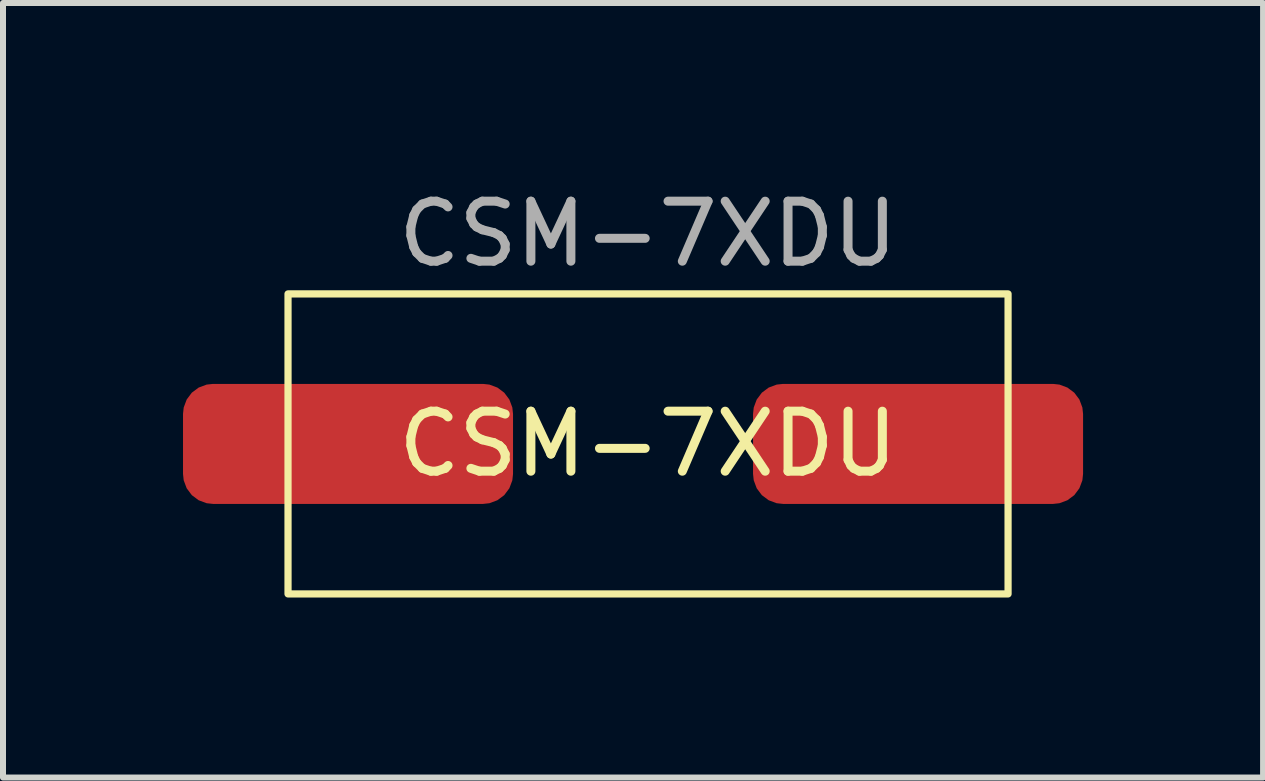
<source format=kicad_pcb>
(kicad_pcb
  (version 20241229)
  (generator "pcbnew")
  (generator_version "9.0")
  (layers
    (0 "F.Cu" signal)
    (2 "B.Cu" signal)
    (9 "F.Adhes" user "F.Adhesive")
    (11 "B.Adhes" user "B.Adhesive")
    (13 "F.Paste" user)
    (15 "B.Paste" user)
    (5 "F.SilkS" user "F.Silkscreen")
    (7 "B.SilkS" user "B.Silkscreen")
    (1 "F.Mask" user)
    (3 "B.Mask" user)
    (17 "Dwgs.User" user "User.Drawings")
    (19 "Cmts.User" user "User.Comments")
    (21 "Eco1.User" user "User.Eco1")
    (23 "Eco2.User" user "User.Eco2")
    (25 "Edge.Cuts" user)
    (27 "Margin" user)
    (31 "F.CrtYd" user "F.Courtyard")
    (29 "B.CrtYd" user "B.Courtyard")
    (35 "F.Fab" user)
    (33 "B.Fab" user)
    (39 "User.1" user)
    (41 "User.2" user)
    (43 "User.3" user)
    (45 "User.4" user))
  (footprint "CSM-7XDU"
    (layer "F.Cu")
    (at 7.75 4.348)
    (property "Reference" "CSM-7XDU" (at 0 0 0) (unlocked yes) (layer "F.SilkS") (effects (font (size 1 1) (thickness 0.15))))
    (attr smd)
    (fp_rect (start -6 -2.5) (end 6 2.5) (stroke (width 0.12) (type default)) (fill no) (layer "F.SilkS"))
    (fp_text user "${REFERENCE}" (at 0 -3.5 0) (unlocked yes) (layer "F.Fab") (effects (font (size 1 1) (thickness 0.15))))
    (pad "1" smd roundrect (at -5 0) (size 5.5 2) (layers "F.Cu" "F.Mask" "F.Paste") (roundrect_rratio 0.25))
    (pad "2" smd roundrect (at 4.5 0) (size 5.5 2) (layers "F.Cu" "F.Mask" "F.Paste") (roundrect_rratio 0.25)))
  (gr_rect
    (start -3 -3)
    (end 18 9.908)
    (stroke (width 0.1) (type default))
    (fill no)
    (layer "Edge.Cuts")))
</source>
